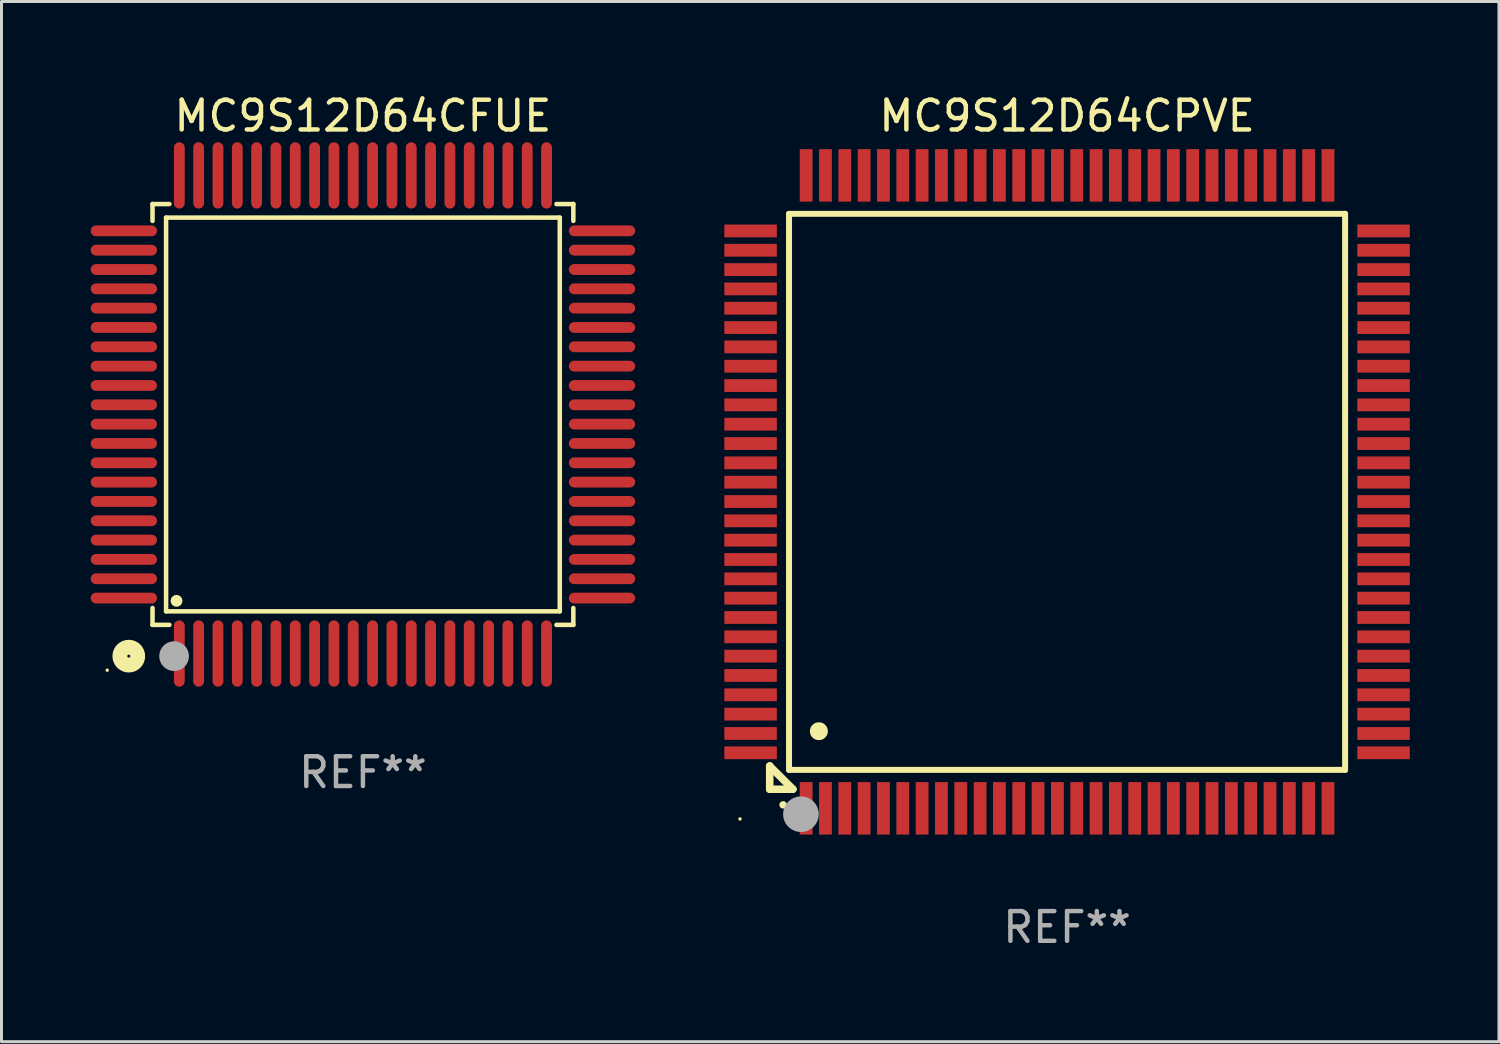
<source format=kicad_pcb>
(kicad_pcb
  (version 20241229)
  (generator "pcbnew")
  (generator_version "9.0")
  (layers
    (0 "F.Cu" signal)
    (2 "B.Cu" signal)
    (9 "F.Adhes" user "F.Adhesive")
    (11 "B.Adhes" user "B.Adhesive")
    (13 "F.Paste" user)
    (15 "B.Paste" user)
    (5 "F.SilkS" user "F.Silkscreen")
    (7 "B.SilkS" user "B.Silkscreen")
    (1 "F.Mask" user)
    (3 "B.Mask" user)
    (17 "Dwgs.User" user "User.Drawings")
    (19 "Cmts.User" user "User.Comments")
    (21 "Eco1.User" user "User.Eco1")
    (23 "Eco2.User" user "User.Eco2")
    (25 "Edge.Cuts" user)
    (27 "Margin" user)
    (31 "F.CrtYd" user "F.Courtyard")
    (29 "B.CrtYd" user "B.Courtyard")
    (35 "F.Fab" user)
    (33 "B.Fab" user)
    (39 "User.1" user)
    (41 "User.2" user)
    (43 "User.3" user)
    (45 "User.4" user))
  (footprint "MC9S12D64CPVE"
    (layer "F.Cu")
    (at 32.835 13.491)
    (property "Reference" "MC9S12D64CPVE" (at 0 -12.643 0) (layer "F.SilkS") (effects (font (size 1 1) (thickness 0.15))))
    (attr through_hole)
    (fp_line (start -10 9.221) (end -10 9.221) (stroke (width 0.254) (type solid)) (layer "F.SilkS"))
    (fp_line (start -10 9.221) (end -10 10) (stroke (width 0.254) (type solid)) (layer "F.SilkS"))
    (fp_line (start -10 9.221) (end -9.221 10) (stroke (width 0.254) (type solid)) (layer "F.SilkS"))
    (fp_line (start -10 10) (end -9.221 10) (stroke (width 0.254) (type solid)) (layer "F.SilkS"))
    (fp_line (start -9.35 -9.35) (end -9.35 9.35) (stroke (width 0.201) (type solid)) (layer "F.SilkS"))
    (fp_line (start -9.35 9.35) (end 9.35 9.35) (stroke (width 0.201) (type solid)) (layer "F.SilkS"))
    (fp_line (start 9.35 -9.35) (end -9.35 -9.35) (stroke (width 0.201) (type solid)) (layer "F.SilkS"))
    (fp_line (start 9.35 9.35) (end 9.35 -9.35) (stroke (width 0.201) (type solid)) (layer "F.SilkS"))
    (fp_arc (start -9.550546 10.525832) (mid -9.549276 10.525826) (end -9.548006 10.525832) (stroke (width 0.24892) (type solid)) (layer "F.SilkS"))
    (fp_arc (start -8.349124 8.049327) (mid -8.346584 8.049316) (end -8.344044 8.049327) (stroke (width 0.599441) (type solid)) (layer "F.SilkS"))
    (fp_circle (center -11 11) (end -10.97 11) (stroke (width 0.06) (type solid)) (fill no) (layer "F.SilkS"))
    (fp_circle (center -8.95 10.84) (end -8.65 10.84) (stroke (width 0.6) (type solid)) (fill no) (layer "F.Fab"))
    (fp_text user "REF**" (at 0 14.643 0) (layer "F.Fab") (effects (font (size 1 1) (thickness 0.15))))
    (pad "1" smd rect (at -8.775 10.643) (size 0.43 1.765) (layers "F.Cu" "F.Mask" "F.Paste"))
    (pad "2" smd rect (at -8.125 10.643) (size 0.43 1.765) (layers "F.Cu" "F.Mask" "F.Paste"))
    (pad "3" smd rect (at -7.475 10.643) (size 0.43 1.765) (layers "F.Cu" "F.Mask" "F.Paste"))
    (pad "4" smd rect (at -6.825 10.643) (size 0.43 1.765) (layers "F.Cu" "F.Mask" "F.Paste"))
    (pad "5" smd rect (at -6.175 10.643) (size 0.43 1.765) (layers "F.Cu" "F.Mask" "F.Paste"))
    (pad "6" smd rect (at -5.525 10.643) (size 0.43 1.765) (layers "F.Cu" "F.Mask" "F.Paste"))
    (pad "7" smd rect (at -4.875 10.643) (size 0.43 1.765) (layers "F.Cu" "F.Mask" "F.Paste"))
    (pad "8" smd rect (at -4.225 10.643) (size 0.43 1.765) (layers "F.Cu" "F.Mask" "F.Paste"))
    (pad "9" smd rect (at -3.575 10.643) (size 0.43 1.765) (layers "F.Cu" "F.Mask" "F.Paste"))
    (pad "10" smd rect (at -2.925 10.643) (size 0.43 1.765) (layers "F.Cu" "F.Mask" "F.Paste"))
    (pad "11" smd rect (at -2.275 10.643) (size 0.43 1.765) (layers "F.Cu" "F.Mask" "F.Paste"))
    (pad "12" smd rect (at -1.625 10.643) (size 0.43 1.765) (layers "F.Cu" "F.Mask" "F.Paste"))
    (pad "13" smd rect (at -0.975 10.643) (size 0.43 1.765) (layers "F.Cu" "F.Mask" "F.Paste"))
    (pad "14" smd rect (at -0.325 10.643) (size 0.43 1.765) (layers "F.Cu" "F.Mask" "F.Paste"))
    (pad "15" smd rect (at 0.325 10.643) (size 0.43 1.765) (layers "F.Cu" "F.Mask" "F.Paste"))
    (pad "16" smd rect (at 0.975 10.643) (size 0.43 1.765) (layers "F.Cu" "F.Mask" "F.Paste"))
    (pad "17" smd rect (at 1.625 10.643) (size 0.43 1.765) (layers "F.Cu" "F.Mask" "F.Paste"))
    (pad "18" smd rect (at 2.275 10.643) (size 0.43 1.765) (layers "F.Cu" "F.Mask" "F.Paste"))
    (pad "19" smd rect (at 2.925 10.643) (size 0.43 1.765) (layers "F.Cu" "F.Mask" "F.Paste"))
    (pad "20" smd rect (at 3.575 10.643) (size 0.43 1.765) (layers "F.Cu" "F.Mask" "F.Paste"))
    (pad "21" smd rect (at 4.225 10.643) (size 0.43 1.765) (layers "F.Cu" "F.Mask" "F.Paste"))
    (pad "22" smd rect (at 4.875 10.643) (size 0.43 1.765) (layers "F.Cu" "F.Mask" "F.Paste"))
    (pad "23" smd rect (at 5.525 10.643) (size 0.43 1.765) (layers "F.Cu" "F.Mask" "F.Paste"))
    (pad "24" smd rect (at 6.175 10.643) (size 0.43 1.765) (layers "F.Cu" "F.Mask" "F.Paste"))
    (pad "25" smd rect (at 6.825 10.643) (size 0.43 1.765) (layers "F.Cu" "F.Mask" "F.Paste"))
    (pad "26" smd rect (at 7.475 10.643) (size 0.43 1.765) (layers "F.Cu" "F.Mask" "F.Paste"))
    (pad "27" smd rect (at 8.125 10.643) (size 0.43 1.765) (layers "F.Cu" "F.Mask" "F.Paste"))
    (pad "28" smd rect (at 8.775 10.643) (size 0.43 1.765) (layers "F.Cu" "F.Mask" "F.Paste"))
    (pad "29" smd rect (at 10.643 8.775) (size 1.765 0.43) (layers "F.Cu" "F.Mask" "F.Paste"))
    (pad "30" smd rect (at 10.643 8.125) (size 1.765 0.43) (layers "F.Cu" "F.Mask" "F.Paste"))
    (pad "31" smd rect (at 10.643 7.475) (size 1.765 0.43) (layers "F.Cu" "F.Mask" "F.Paste"))
    (pad "32" smd rect (at 10.643 6.825) (size 1.765 0.43) (layers "F.Cu" "F.Mask" "F.Paste"))
    (pad "33" smd rect (at 10.643 6.175) (size 1.765 0.43) (layers "F.Cu" "F.Mask" "F.Paste"))
    (pad "34" smd rect (at 10.643 5.525) (size 1.765 0.43) (layers "F.Cu" "F.Mask" "F.Paste"))
    (pad "35" smd rect (at 10.643 4.875) (size 1.765 0.43) (layers "F.Cu" "F.Mask" "F.Paste"))
    (pad "36" smd rect (at 10.643 4.225) (size 1.765 0.43) (layers "F.Cu" "F.Mask" "F.Paste"))
    (pad "37" smd rect (at 10.643 3.575) (size 1.765 0.43) (layers "F.Cu" "F.Mask" "F.Paste"))
    (pad "38" smd rect (at 10.643 2.925) (size 1.765 0.43) (layers "F.Cu" "F.Mask" "F.Paste"))
    (pad "39" smd rect (at 10.643 2.275) (size 1.765 0.43) (layers "F.Cu" "F.Mask" "F.Paste"))
    (pad "40" smd rect (at 10.643 1.625) (size 1.765 0.43) (layers "F.Cu" "F.Mask" "F.Paste"))
    (pad "41" smd rect (at 10.643 0.975) (size 1.765 0.43) (layers "F.Cu" "F.Mask" "F.Paste"))
    (pad "42" smd rect (at 10.643 0.325) (size 1.765 0.43) (layers "F.Cu" "F.Mask" "F.Paste"))
    (pad "43" smd rect (at 10.643 -0.325) (size 1.765 0.43) (layers "F.Cu" "F.Mask" "F.Paste"))
    (pad "44" smd rect (at 10.643 -0.975) (size 1.765 0.43) (layers "F.Cu" "F.Mask" "F.Paste"))
    (pad "45" smd rect (at 10.643 -1.625) (size 1.765 0.43) (layers "F.Cu" "F.Mask" "F.Paste"))
    (pad "46" smd rect (at 10.643 -2.275) (size 1.765 0.43) (layers "F.Cu" "F.Mask" "F.Paste"))
    (pad "47" smd rect (at 10.643 -2.925) (size 1.765 0.43) (layers "F.Cu" "F.Mask" "F.Paste"))
    (pad "48" smd rect (at 10.643 -3.575) (size 1.765 0.43) (layers "F.Cu" "F.Mask" "F.Paste"))
    (pad "49" smd rect (at 10.643 -4.225) (size 1.765 0.43) (layers "F.Cu" "F.Mask" "F.Paste"))
    (pad "50" smd rect (at 10.643 -4.875) (size 1.765 0.43) (layers "F.Cu" "F.Mask" "F.Paste"))
    (pad "51" smd rect (at 10.643 -5.525) (size 1.765 0.43) (layers "F.Cu" "F.Mask" "F.Paste"))
    (pad "52" smd rect (at 10.643 -6.175) (size 1.765 0.43) (layers "F.Cu" "F.Mask" "F.Paste"))
    (pad "53" smd rect (at 10.643 -6.825) (size 1.765 0.43) (layers "F.Cu" "F.Mask" "F.Paste"))
    (pad "54" smd rect (at 10.643 -7.475) (size 1.765 0.43) (layers "F.Cu" "F.Mask" "F.Paste"))
    (pad "55" smd rect (at 10.643 -8.125) (size 1.765 0.43) (layers "F.Cu" "F.Mask" "F.Paste"))
    (pad "56" smd rect (at 10.643 -8.775) (size 1.765 0.43) (layers "F.Cu" "F.Mask" "F.Paste"))
    (pad "57" smd rect (at 8.775 -10.643) (size 0.43 1.765) (layers "F.Cu" "F.Mask" "F.Paste"))
    (pad "58" smd rect (at 8.125 -10.643) (size 0.43 1.765) (layers "F.Cu" "F.Mask" "F.Paste"))
    (pad "59" smd rect (at 7.475 -10.643) (size 0.43 1.765) (layers "F.Cu" "F.Mask" "F.Paste"))
    (pad "60" smd rect (at 6.825 -10.643) (size 0.43 1.765) (layers "F.Cu" "F.Mask" "F.Paste"))
    (pad "61" smd rect (at 6.175 -10.643) (size 0.43 1.765) (layers "F.Cu" "F.Mask" "F.Paste"))
    (pad "62" smd rect (at 5.525 -10.643) (size 0.43 1.765) (layers "F.Cu" "F.Mask" "F.Paste"))
    (pad "63" smd rect (at 4.875 -10.643) (size 0.43 1.765) (layers "F.Cu" "F.Mask" "F.Paste"))
    (pad "64" smd rect (at 4.225 -10.643) (size 0.43 1.765) (layers "F.Cu" "F.Mask" "F.Paste"))
    (pad "65" smd rect (at 3.575 -10.643) (size 0.43 1.765) (layers "F.Cu" "F.Mask" "F.Paste"))
    (pad "66" smd rect (at 2.925 -10.643) (size 0.43 1.765) (layers "F.Cu" "F.Mask" "F.Paste"))
    (pad "67" smd rect (at 2.275 -10.643) (size 0.43 1.765) (layers "F.Cu" "F.Mask" "F.Paste"))
    (pad "68" smd rect (at 1.625 -10.643) (size 0.43 1.765) (layers "F.Cu" "F.Mask" "F.Paste"))
    (pad "69" smd rect (at 0.975 -10.643) (size 0.43 1.765) (layers "F.Cu" "F.Mask" "F.Paste"))
    (pad "70" smd rect (at 0.325 -10.643) (size 0.43 1.765) (layers "F.Cu" "F.Mask" "F.Paste"))
    (pad "71" smd rect (at -0.325 -10.643) (size 0.43 1.765) (layers "F.Cu" "F.Mask" "F.Paste"))
    (pad "72" smd rect (at -0.975 -10.643) (size 0.43 1.765) (layers "F.Cu" "F.Mask" "F.Paste"))
    (pad "73" smd rect (at -1.625 -10.643) (size 0.43 1.765) (layers "F.Cu" "F.Mask" "F.Paste"))
    (pad "74" smd rect (at -2.275 -10.643) (size 0.43 1.765) (layers "F.Cu" "F.Mask" "F.Paste"))
    (pad "75" smd rect (at -2.925 -10.643) (size 0.43 1.765) (layers "F.Cu" "F.Mask" "F.Paste"))
    (pad "76" smd rect (at -3.575 -10.643) (size 0.43 1.765) (layers "F.Cu" "F.Mask" "F.Paste"))
    (pad "77" smd rect (at -4.225 -10.643) (size 0.43 1.765) (layers "F.Cu" "F.Mask" "F.Paste"))
    (pad "78" smd rect (at -4.875 -10.643) (size 0.43 1.765) (layers "F.Cu" "F.Mask" "F.Paste"))
    (pad "79" smd rect (at -5.525 -10.643) (size 0.43 1.765) (layers "F.Cu" "F.Mask" "F.Paste"))
    (pad "80" smd rect (at -6.175 -10.643) (size 0.43 1.765) (layers "F.Cu" "F.Mask" "F.Paste"))
    (pad "81" smd rect (at -6.825 -10.643) (size 0.43 1.765) (layers "F.Cu" "F.Mask" "F.Paste"))
    (pad "82" smd rect (at -7.475 -10.643) (size 0.43 1.765) (layers "F.Cu" "F.Mask" "F.Paste"))
    (pad "83" smd rect (at -8.125 -10.643) (size 0.43 1.765) (layers "F.Cu" "F.Mask" "F.Paste"))
    (pad "84" smd rect (at -8.775 -10.643) (size 0.43 1.765) (layers "F.Cu" "F.Mask" "F.Paste"))
    (pad "85" smd rect (at -10.643 -8.775) (size 1.765 0.43) (layers "F.Cu" "F.Mask" "F.Paste"))
    (pad "86" smd rect (at -10.643 -8.125) (size 1.765 0.43) (layers "F.Cu" "F.Mask" "F.Paste"))
    (pad "87" smd rect (at -10.643 -7.475) (size 1.765 0.43) (layers "F.Cu" "F.Mask" "F.Paste"))
    (pad "88" smd rect (at -10.643 -6.825) (size 1.765 0.43) (layers "F.Cu" "F.Mask" "F.Paste"))
    (pad "89" smd rect (at -10.643 -6.175) (size 1.765 0.43) (layers "F.Cu" "F.Mask" "F.Paste"))
    (pad "90" smd rect (at -10.643 -5.525) (size 1.765 0.43) (layers "F.Cu" "F.Mask" "F.Paste"))
    (pad "91" smd rect (at -10.643 -4.875) (size 1.765 0.43) (layers "F.Cu" "F.Mask" "F.Paste"))
    (pad "92" smd rect (at -10.643 -4.225) (size 1.765 0.43) (layers "F.Cu" "F.Mask" "F.Paste"))
    (pad "93" smd rect (at -10.643 -3.575) (size 1.765 0.43) (layers "F.Cu" "F.Mask" "F.Paste"))
    (pad "94" smd rect (at -10.643 -2.925) (size 1.765 0.43) (layers "F.Cu" "F.Mask" "F.Paste"))
    (pad "95" smd rect (at -10.643 -2.275) (size 1.765 0.43) (layers "F.Cu" "F.Mask" "F.Paste"))
    (pad "96" smd rect (at -10.643 -1.625) (size 1.765 0.43) (layers "F.Cu" "F.Mask" "F.Paste"))
    (pad "97" smd rect (at -10.643 -0.975) (size 1.765 0.43) (layers "F.Cu" "F.Mask" "F.Paste"))
    (pad "98" smd rect (at -10.643 -0.325) (size 1.765 0.43) (layers "F.Cu" "F.Mask" "F.Paste"))
    (pad "99" smd rect (at -10.643 0.325) (size 1.765 0.43) (layers "F.Cu" "F.Mask" "F.Paste"))
    (pad "100" smd rect (at -10.643 0.975) (size 1.765 0.43) (layers "F.Cu" "F.Mask" "F.Paste"))
    (pad "101" smd rect (at -10.643 1.625) (size 1.765 0.43) (layers "F.Cu" "F.Mask" "F.Paste"))
    (pad "102" smd rect (at -10.643 2.275) (size 1.765 0.43) (layers "F.Cu" "F.Mask" "F.Paste"))
    (pad "103" smd rect (at -10.643 2.925) (size 1.765 0.43) (layers "F.Cu" "F.Mask" "F.Paste"))
    (pad "104" smd rect (at -10.643 3.575) (size 1.765 0.43) (layers "F.Cu" "F.Mask" "F.Paste"))
    (pad "105" smd rect (at -10.643 4.225) (size 1.765 0.43) (layers "F.Cu" "F.Mask" "F.Paste"))
    (pad "106" smd rect (at -10.643 4.875) (size 1.765 0.43) (layers "F.Cu" "F.Mask" "F.Paste"))
    (pad "107" smd rect (at -10.643 5.525) (size 1.765 0.43) (layers "F.Cu" "F.Mask" "F.Paste"))
    (pad "108" smd rect (at -10.643 6.175) (size 1.765 0.43) (layers "F.Cu" "F.Mask" "F.Paste"))
    (pad "109" smd rect (at -10.643 6.825) (size 1.765 0.43) (layers "F.Cu" "F.Mask" "F.Paste"))
    (pad "110" smd rect (at -10.643 7.475) (size 1.765 0.43) (layers "F.Cu" "F.Mask" "F.Paste"))
    (pad "111" smd rect (at -10.643 8.125) (size 1.765 0.43) (layers "F.Cu" "F.Mask" "F.Paste"))
    (pad "112" smd rect (at -10.643 8.775) (size 1.765 0.43) (layers "F.Cu" "F.Mask" "F.Paste")))
  (footprint "MC9S12D64CFUE"
    (layer "F.Cu")
    (at 9.155 10.888)
    (property "Reference" "MC9S12D64CFUE" (at 0 -10.04 0) (layer "F.SilkS") (effects (font (size 1 1) (thickness 0.15))))
    (attr through_hole)
    (fp_line (start -7.076 -7.076) (end -7.076 -6.509) (stroke (width 0.152) (type solid)) (layer "F.SilkS"))
    (fp_line (start -7.076 7.076) (end -7.076 6.509) (stroke (width 0.152) (type solid)) (layer "F.SilkS"))
    (fp_line (start -6.62 -6.62) (end 6.62 -6.62) (stroke (width 0.152) (type solid)) (layer "F.SilkS"))
    (fp_line (start -6.62 6.62) (end -6.62 -6.62) (stroke (width 0.152) (type solid)) (layer "F.SilkS"))
    (fp_line (start -6.509 -7.076) (end -7.076 -7.076) (stroke (width 0.152) (type solid)) (layer "F.SilkS"))
    (fp_line (start -6.509 7.076) (end -7.076 7.076) (stroke (width 0.152) (type solid)) (layer "F.SilkS"))
    (fp_line (start 6.509 -7.076) (end 7.076 -7.076) (stroke (width 0.152) (type solid)) (layer "F.SilkS"))
    (fp_line (start 6.509 7.076) (end 7.076 7.076) (stroke (width 0.152) (type solid)) (layer "F.SilkS"))
    (fp_line (start 6.62 -6.62) (end 6.62 6.62) (stroke (width 0.152) (type solid)) (layer "F.SilkS"))
    (fp_line (start 6.62 6.62) (end -6.62 6.62) (stroke (width 0.152) (type solid)) (layer "F.SilkS"))
    (fp_line (start 7.076 -7.076) (end 7.076 -6.509) (stroke (width 0.152) (type solid)) (layer "F.SilkS"))
    (fp_line (start 7.076 7.076) (end 7.076 6.509) (stroke (width 0.152) (type solid)) (layer "F.SilkS"))
    (fp_circle (center -8.6 8.6) (end -8.57 8.6) (stroke (width 0.06) (type solid)) (fill no) (layer "F.SilkS"))
    (fp_circle (center -7.874 8.128) (end -7.574 8.128) (stroke (width 0.5) (type solid)) (fill no) (layer "F.SilkS"))
    (fp_circle (center -6.268 6.268) (end -6.168 6.268) (stroke (width 0.2) (type solid)) (fill no) (layer "F.SilkS"))
    (fp_circle (center -6.35 8.128) (end -6.1 8.128) (stroke (width 0.5) (type solid)) (fill no) (layer "F.Fab"))
    (fp_text user "REF**" (at 0 12.04 0) (layer "F.Fab") (effects (font (size 1 1) (thickness 0.15))))
    (pad "1" smd oval (at -6.175 8.04) (size 0.364 2.23) (layers "F.Cu" "F.Mask" "F.Paste"))
    (pad "2" smd oval (at -5.525 8.04) (size 0.364 2.23) (layers "F.Cu" "F.Mask" "F.Paste"))
    (pad "3" smd oval (at -4.875 8.04) (size 0.364 2.23) (layers "F.Cu" "F.Mask" "F.Paste"))
    (pad "4" smd oval (at -4.225 8.04) (size 0.364 2.23) (layers "F.Cu" "F.Mask" "F.Paste"))
    (pad "5" smd oval (at -3.575 8.04) (size 0.364 2.23) (layers "F.Cu" "F.Mask" "F.Paste"))
    (pad "6" smd oval (at -2.925 8.04) (size 0.364 2.23) (layers "F.Cu" "F.Mask" "F.Paste"))
    (pad "7" smd oval (at -2.275 8.04) (size 0.364 2.23) (layers "F.Cu" "F.Mask" "F.Paste"))
    (pad "8" smd oval (at -1.625 8.04) (size 0.364 2.23) (layers "F.Cu" "F.Mask" "F.Paste"))
    (pad "9" smd oval (at -0.975 8.04) (size 0.364 2.23) (layers "F.Cu" "F.Mask" "F.Paste"))
    (pad "10" smd oval (at -0.325 8.04) (size 0.364 2.23) (layers "F.Cu" "F.Mask" "F.Paste"))
    (pad "11" smd oval (at 0.325 8.04) (size 0.364 2.23) (layers "F.Cu" "F.Mask" "F.Paste"))
    (pad "12" smd oval (at 0.975 8.04) (size 0.364 2.23) (layers "F.Cu" "F.Mask" "F.Paste"))
    (pad "13" smd oval (at 1.625 8.04) (size 0.364 2.23) (layers "F.Cu" "F.Mask" "F.Paste"))
    (pad "14" smd oval (at 2.275 8.04) (size 0.364 2.23) (layers "F.Cu" "F.Mask" "F.Paste"))
    (pad "15" smd oval (at 2.925 8.04) (size 0.364 2.23) (layers "F.Cu" "F.Mask" "F.Paste"))
    (pad "16" smd oval (at 3.575 8.04) (size 0.364 2.23) (layers "F.Cu" "F.Mask" "F.Paste"))
    (pad "17" smd oval (at 4.225 8.04) (size 0.364 2.23) (layers "F.Cu" "F.Mask" "F.Paste"))
    (pad "18" smd oval (at 4.875 8.04) (size 0.364 2.23) (layers "F.Cu" "F.Mask" "F.Paste"))
    (pad "19" smd oval (at 5.525 8.04) (size 0.364 2.23) (layers "F.Cu" "F.Mask" "F.Paste"))
    (pad "20" smd oval (at 6.175 8.04) (size 0.364 2.23) (layers "F.Cu" "F.Mask" "F.Paste"))
    (pad "21" smd oval (at 8.04 6.175) (size 2.23 0.364) (layers "F.Cu" "F.Mask" "F.Paste"))
    (pad "22" smd oval (at 8.04 5.525) (size 2.23 0.364) (layers "F.Cu" "F.Mask" "F.Paste"))
    (pad "23" smd oval (at 8.04 4.875) (size 2.23 0.364) (layers "F.Cu" "F.Mask" "F.Paste"))
    (pad "24" smd oval (at 8.04 4.225) (size 2.23 0.364) (layers "F.Cu" "F.Mask" "F.Paste"))
    (pad "25" smd oval (at 8.04 3.575) (size 2.23 0.364) (layers "F.Cu" "F.Mask" "F.Paste"))
    (pad "26" smd oval (at 8.04 2.925) (size 2.23 0.364) (layers "F.Cu" "F.Mask" "F.Paste"))
    (pad "27" smd oval (at 8.04 2.275) (size 2.23 0.364) (layers "F.Cu" "F.Mask" "F.Paste"))
    (pad "28" smd oval (at 8.04 1.625) (size 2.23 0.364) (layers "F.Cu" "F.Mask" "F.Paste"))
    (pad "29" smd oval (at 8.04 0.975) (size 2.23 0.364) (layers "F.Cu" "F.Mask" "F.Paste"))
    (pad "30" smd oval (at 8.04 0.325) (size 2.23 0.364) (layers "F.Cu" "F.Mask" "F.Paste"))
    (pad "31" smd oval (at 8.04 -0.325) (size 2.23 0.364) (layers "F.Cu" "F.Mask" "F.Paste"))
    (pad "32" smd oval (at 8.04 -0.975) (size 2.23 0.364) (layers "F.Cu" "F.Mask" "F.Paste"))
    (pad "33" smd oval (at 8.04 -1.625) (size 2.23 0.364) (layers "F.Cu" "F.Mask" "F.Paste"))
    (pad "34" smd oval (at 8.04 -2.275) (size 2.23 0.364) (layers "F.Cu" "F.Mask" "F.Paste"))
    (pad "35" smd oval (at 8.04 -2.925) (size 2.23 0.364) (layers "F.Cu" "F.Mask" "F.Paste"))
    (pad "36" smd oval (at 8.04 -3.575) (size 2.23 0.364) (layers "F.Cu" "F.Mask" "F.Paste"))
    (pad "37" smd oval (at 8.04 -4.225) (size 2.23 0.364) (layers "F.Cu" "F.Mask" "F.Paste"))
    (pad "38" smd oval (at 8.04 -4.875) (size 2.23 0.364) (layers "F.Cu" "F.Mask" "F.Paste"))
    (pad "39" smd oval (at 8.04 -5.525) (size 2.23 0.364) (layers "F.Cu" "F.Mask" "F.Paste"))
    (pad "40" smd oval (at 8.04 -6.175) (size 2.23 0.364) (layers "F.Cu" "F.Mask" "F.Paste"))
    (pad "41" smd oval (at 6.175 -8.04) (size 0.364 2.23) (layers "F.Cu" "F.Mask" "F.Paste"))
    (pad "42" smd oval (at 5.525 -8.04) (size 0.364 2.23) (layers "F.Cu" "F.Mask" "F.Paste"))
    (pad "43" smd oval (at 4.875 -8.04) (size 0.364 2.23) (layers "F.Cu" "F.Mask" "F.Paste"))
    (pad "44" smd oval (at 4.225 -8.04) (size 0.364 2.23) (layers "F.Cu" "F.Mask" "F.Paste"))
    (pad "45" smd oval (at 3.575 -8.04) (size 0.364 2.23) (layers "F.Cu" "F.Mask" "F.Paste"))
    (pad "46" smd oval (at 2.925 -8.04) (size 0.364 2.23) (layers "F.Cu" "F.Mask" "F.Paste"))
    (pad "47" smd oval (at 2.275 -8.04) (size 0.364 2.23) (layers "F.Cu" "F.Mask" "F.Paste"))
    (pad "48" smd oval (at 1.625 -8.04) (size 0.364 2.23) (layers "F.Cu" "F.Mask" "F.Paste"))
    (pad "49" smd oval (at 0.975 -8.04) (size 0.364 2.23) (layers "F.Cu" "F.Mask" "F.Paste"))
    (pad "50" smd oval (at 0.325 -8.04) (size 0.364 2.23) (layers "F.Cu" "F.Mask" "F.Paste"))
    (pad "51" smd oval (at -0.325 -8.04) (size 0.364 2.23) (layers "F.Cu" "F.Mask" "F.Paste"))
    (pad "52" smd oval (at -0.975 -8.04) (size 0.364 2.23) (layers "F.Cu" "F.Mask" "F.Paste"))
    (pad "53" smd oval (at -1.625 -8.04) (size 0.364 2.23) (layers "F.Cu" "F.Mask" "F.Paste"))
    (pad "54" smd oval (at -2.275 -8.04) (size 0.364 2.23) (layers "F.Cu" "F.Mask" "F.Paste"))
    (pad "55" smd oval (at -2.925 -8.04) (size 0.364 2.23) (layers "F.Cu" "F.Mask" "F.Paste"))
    (pad "56" smd oval (at -3.575 -8.04) (size 0.364 2.23) (layers "F.Cu" "F.Mask" "F.Paste"))
    (pad "57" smd oval (at -4.225 -8.04) (size 0.364 2.23) (layers "F.Cu" "F.Mask" "F.Paste"))
    (pad "58" smd oval (at -4.875 -8.04) (size 0.364 2.23) (layers "F.Cu" "F.Mask" "F.Paste"))
    (pad "59" smd oval (at -5.525 -8.04) (size 0.364 2.23) (layers "F.Cu" "F.Mask" "F.Paste"))
    (pad "60" smd oval (at -6.175 -8.04) (size 0.364 2.23) (layers "F.Cu" "F.Mask" "F.Paste"))
    (pad "61" smd oval (at -8.04 -6.175) (size 2.23 0.364) (layers "F.Cu" "F.Mask" "F.Paste"))
    (pad "62" smd oval (at -8.04 -5.525) (size 2.23 0.364) (layers "F.Cu" "F.Mask" "F.Paste"))
    (pad "63" smd oval (at -8.04 -4.875) (size 2.23 0.364) (layers "F.Cu" "F.Mask" "F.Paste"))
    (pad "64" smd oval (at -8.04 -4.225) (size 2.23 0.364) (layers "F.Cu" "F.Mask" "F.Paste"))
    (pad "65" smd oval (at -8.04 -3.575) (size 2.23 0.364) (layers "F.Cu" "F.Mask" "F.Paste"))
    (pad "66" smd oval (at -8.04 -2.925) (size 2.23 0.364) (layers "F.Cu" "F.Mask" "F.Paste"))
    (pad "67" smd oval (at -8.04 -2.275) (size 2.23 0.364) (layers "F.Cu" "F.Mask" "F.Paste"))
    (pad "68" smd oval (at -8.04 -1.625) (size 2.23 0.364) (layers "F.Cu" "F.Mask" "F.Paste"))
    (pad "69" smd oval (at -8.04 -0.975) (size 2.23 0.364) (layers "F.Cu" "F.Mask" "F.Paste"))
    (pad "70" smd oval (at -8.04 -0.325) (size 2.23 0.364) (layers "F.Cu" "F.Mask" "F.Paste"))
    (pad "71" smd oval (at -8.04 0.325) (size 2.23 0.364) (layers "F.Cu" "F.Mask" "F.Paste"))
    (pad "72" smd oval (at -8.04 0.975) (size 2.23 0.364) (layers "F.Cu" "F.Mask" "F.Paste"))
    (pad "73" smd oval (at -8.04 1.625) (size 2.23 0.364) (layers "F.Cu" "F.Mask" "F.Paste"))
    (pad "74" smd oval (at -8.04 2.275) (size 2.23 0.364) (layers "F.Cu" "F.Mask" "F.Paste"))
    (pad "75" smd oval (at -8.04 2.925) (size 2.23 0.364) (layers "F.Cu" "F.Mask" "F.Paste"))
    (pad "76" smd oval (at -8.04 3.575) (size 2.23 0.364) (layers "F.Cu" "F.Mask" "F.Paste"))
    (pad "77" smd oval (at -8.04 4.225) (size 2.23 0.364) (layers "F.Cu" "F.Mask" "F.Paste"))
    (pad "78" smd oval (at -8.04 4.875) (size 2.23 0.364) (layers "F.Cu" "F.Mask" "F.Paste"))
    (pad "79" smd oval (at -8.04 5.525) (size 2.23 0.364) (layers "F.Cu" "F.Mask" "F.Paste"))
    (pad "80" smd oval (at -8.04 6.175) (size 2.23 0.364) (layers "F.Cu" "F.Mask" "F.Paste")))
  (gr_rect
    (start -3 -3)
    (end 47.36 31.982)
    (stroke (width 0.1) (type default))
    (fill no)
    (layer "Edge.Cuts")))
</source>
